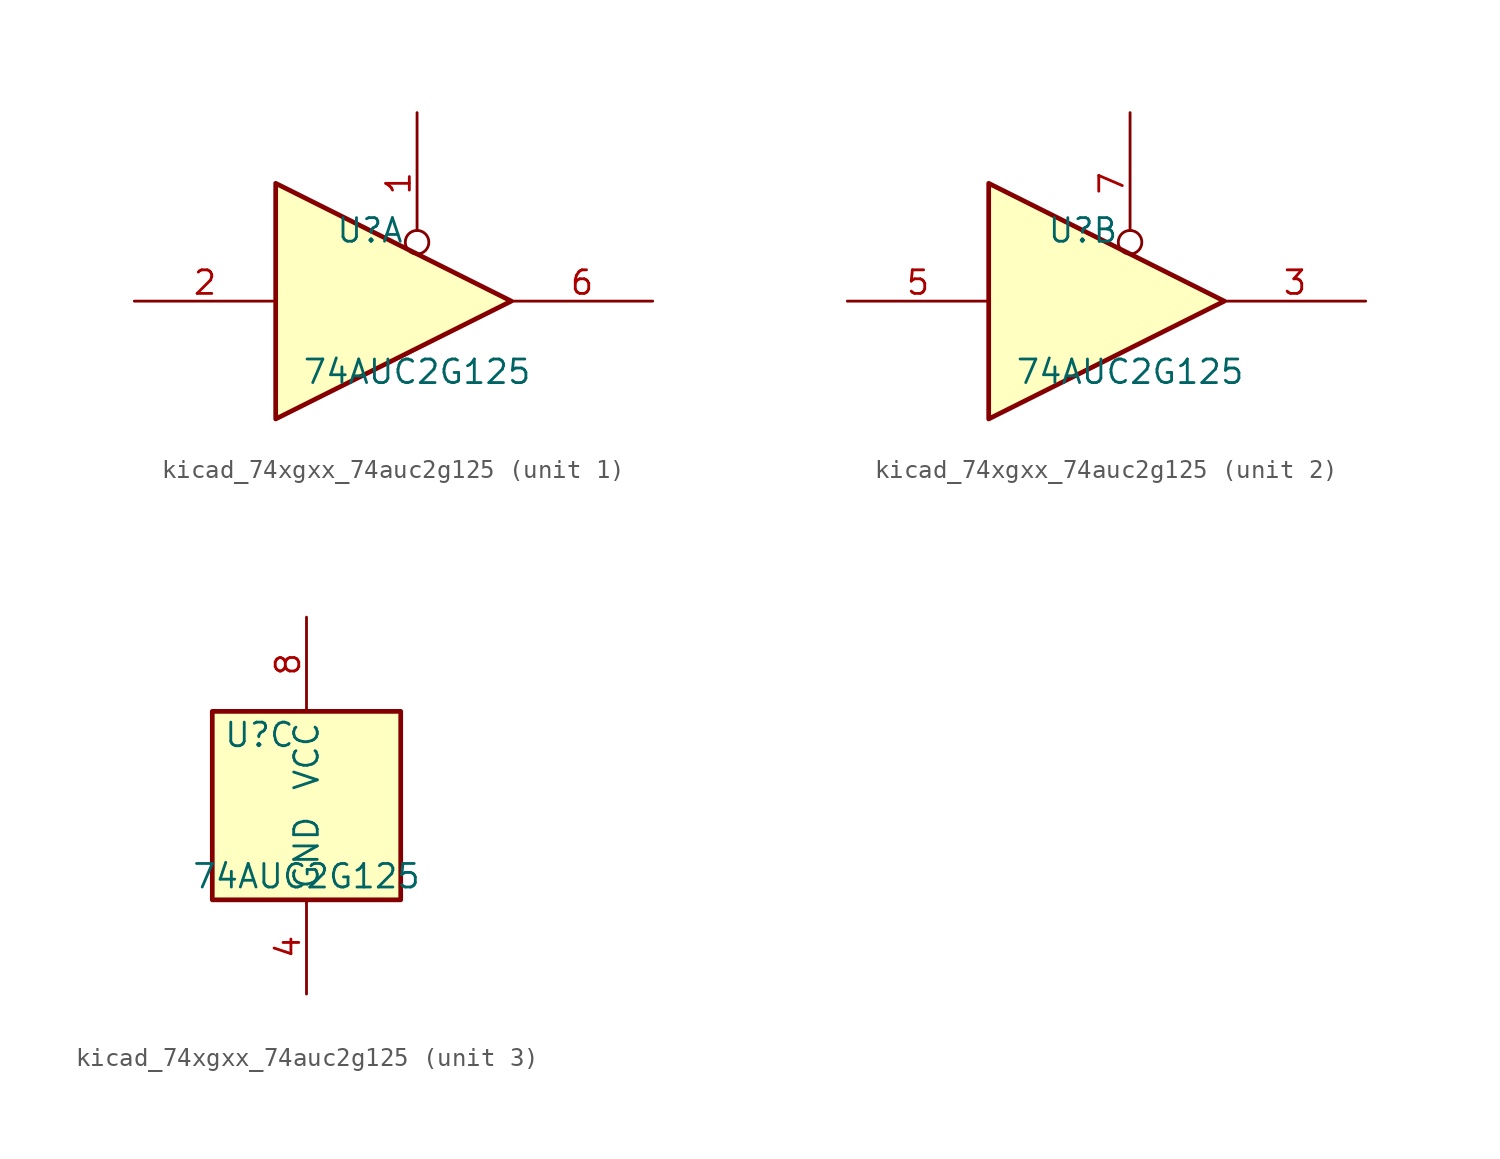
<source format=kicad_sym>
(kicad_symbol_lib
  (version 20220914)
  (generator kicad_symbol_editor)
  (symbol "kicad_74xgxx_74auc2g125"
    (property "Reference" "U"
      (at -2.54 3.81 0)
      (effects (font (size 1.27 1.27))))
    (property "Value" "74AUC2G125"
      (at 0 -3.81 0)
      (effects (font (size 1.27 1.27))))
    (symbol "kicad_74xgxx_74auc2g125_1_1"
      (polyline (pts (xy -7.62 6.35) (xy -7.62 -6.35) (xy 5.08 0) (xy -7.62 6.35)) (stroke (width 0.254) (type default)) (fill (type background)))
      (pin input inverted (at 0 10.16 270) (length 7.62) (name "~" (effects (font (size 1.27 1.27)))) (number "1" (effects (font (size 1.27 1.27)))))
      (pin input line (at -15.24 0 0) (length 7.62) (name "~" (effects (font (size 1.27 1.27)))) (number "2" (effects (font (size 1.27 1.27)))))
      (pin tri_state line (at 12.7 0 180) (length 7.62) (name "~" (effects (font (size 1.27 1.27)))) (number "6" (effects (font (size 1.27 1.27))))))
    (symbol "kicad_74xgxx_74auc2g125_2_1"
      (polyline (pts (xy -7.62 6.35) (xy -7.62 -6.35) (xy 5.08 0) (xy -7.62 6.35)) (stroke (width 0.254) (type default)) (fill (type background)))
      (pin tri_state line (at 12.7 0 180) (length 7.62) (name "~" (effects (font (size 1.27 1.27)))) (number "3" (effects (font (size 1.27 1.27)))))
      (pin input line (at -15.24 0 0) (length 7.62) (name "~" (effects (font (size 1.27 1.27)))) (number "5" (effects (font (size 1.27 1.27)))))
      (pin input inverted (at 0 10.16 270) (length 7.62) (name "~" (effects (font (size 1.27 1.27)))) (number "7" (effects (font (size 1.27 1.27))))))
    (symbol "kicad_74xgxx_74auc2g125_3_0"
      (rectangle (start -5.08 -5.08) (end 5.08 5.08) (stroke (width 0.254) (type default)) (fill (type background))))
    (symbol "kicad_74xgxx_74auc2g125_3_1"
      (pin power_in line (at 0 -10.16 90) (length 5.08) (name "GND" (effects (font (size 1.27 1.27)))) (number "4" (effects (font (size 1.27 1.27)))))
      (pin power_in line (at 0 10.16 270) (length 5.08) (name "VCC" (effects (font (size 1.27 1.27)))) (number "8" (effects (font (size 1.27 1.27))))))))
</source>
